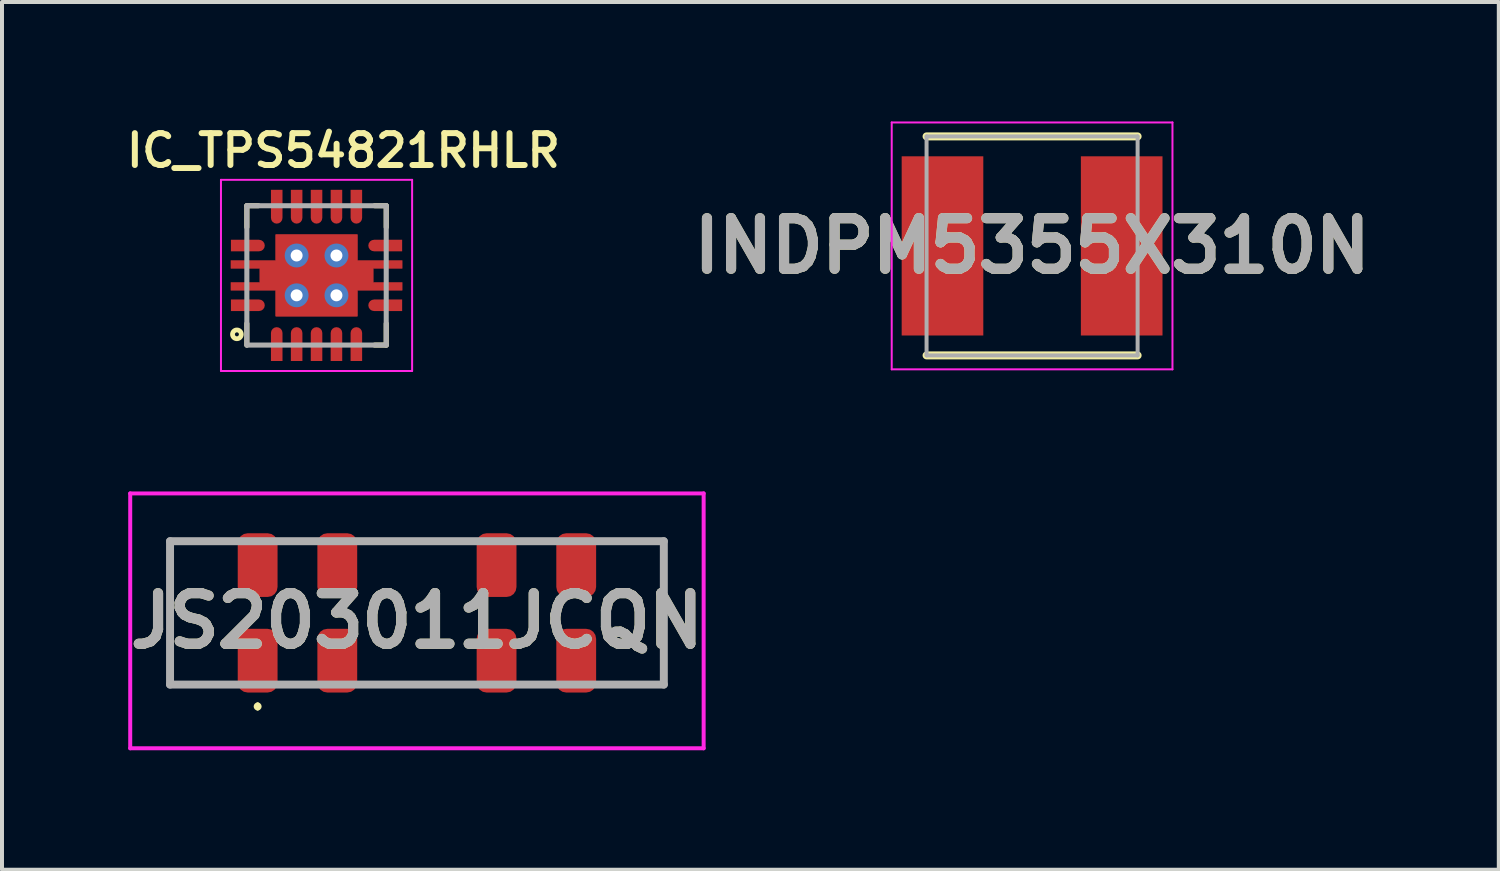
<source format=kicad_pcb>
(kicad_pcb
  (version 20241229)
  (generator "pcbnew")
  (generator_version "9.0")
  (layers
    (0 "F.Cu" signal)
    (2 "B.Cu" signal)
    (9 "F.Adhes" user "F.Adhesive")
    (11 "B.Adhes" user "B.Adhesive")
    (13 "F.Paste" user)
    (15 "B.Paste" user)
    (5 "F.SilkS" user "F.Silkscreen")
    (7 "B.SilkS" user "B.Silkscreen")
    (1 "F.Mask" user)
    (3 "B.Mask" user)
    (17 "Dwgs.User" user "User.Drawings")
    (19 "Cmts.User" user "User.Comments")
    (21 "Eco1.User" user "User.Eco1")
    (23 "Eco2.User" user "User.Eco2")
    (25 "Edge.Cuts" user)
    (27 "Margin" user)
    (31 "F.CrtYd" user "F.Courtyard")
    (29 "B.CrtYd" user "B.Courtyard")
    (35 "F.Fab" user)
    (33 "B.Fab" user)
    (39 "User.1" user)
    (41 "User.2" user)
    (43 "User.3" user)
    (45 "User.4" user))
  (footprint "IC_TPS54821RHLR"
    (layer "F.Cu")
    (at 4.899 3.866)
    (property "Reference" "IC_TPS54821RHLR" (at 0.675 -3.135 180) (layer "F.SilkS") (effects (font (size 0.8 0.8) (thickness 0.15))))
    (attr through_hole)
    (fp_poly (pts (xy -1.025 -1.025) (xy -1.025 -0.375) (xy -2.15 -0.375) (xy -2.15 -0.175) (xy -1.425 -0.175) (xy -1.425 0.175) (xy -2.15 0.175) (xy -2.15 0.375) (xy -1.025 0.375) (xy -1.025 1.025) (xy 1.025 1.025) (xy 1.025 0.375) (xy 2.15 0.375) (xy 2.15 0.175) (xy 1.425 0.175) (xy 1.425 -0.175) (xy 2.15 -0.175) (xy 2.15 -0.375) (xy 1.025 -0.375) (xy 1.025 -1.025)) (stroke (width 0.01) (type solid)) (fill yes) (layer "F.Cu"))
    (fp_poly (pts (xy -1.095 -1.095) (xy -1.095 -0.445) (xy -2.22 -0.445) (xy -2.22 -0.105) (xy -1.5 -0.1) (xy -1.5 0.1) (xy -2.22 0.105) (xy -2.22 0.445) (xy -1.095 0.445) (xy -1.095 1.095) (xy 1.095 1.095) (xy 1.095 0.445) (xy 2.22 0.445) (xy 2.22 0.105) (xy 1.5 0.1) (xy 1.5 -0.1) (xy 2.22 -0.105) (xy 2.22 -0.445) (xy 1.095 -0.445) (xy 1.095 -1.095)) (stroke (width 0.01) (type solid)) (fill yes) (layer "F.Mask"))
    (fp_line (start -1.75 -1.75) (end -1.75 -1.21) (stroke (width 0.127) (type solid)) (layer "F.SilkS"))
    (fp_line (start -1.75 -1.75) (end -1.46 -1.75) (stroke (width 0.127) (type solid)) (layer "F.SilkS"))
    (fp_line (start -1.75 1.75) (end -1.75 1.21) (stroke (width 0.127) (type solid)) (layer "F.SilkS"))
    (fp_line (start 1.75 -1.75) (end 1.46 -1.75) (stroke (width 0.127) (type solid)) (layer "F.SilkS"))
    (fp_line (start 1.75 -1.75) (end 1.75 -1.21) (stroke (width 0.127) (type solid)) (layer "F.SilkS"))
    (fp_line (start 1.75 1.75) (end 1.46 1.75) (stroke (width 0.127) (type solid)) (layer "F.SilkS"))
    (fp_line (start 1.75 1.75) (end 1.75 1.21) (stroke (width 0.127) (type solid)) (layer "F.SilkS"))
    (fp_circle (center -2 1.48) (end -1.95 1.48) (stroke (width 0.12) (type solid)) (fill no) (layer "F.SilkS"))
    (fp_poly (pts (xy -2.125 -0.375) (xy -1.225 -0.375) (xy -1.225 -0.175) (xy -2.125 -0.175)) (stroke (width 0.01) (type solid)) (fill yes) (layer "F.Paste"))
    (fp_poly (pts (xy -2.125 0.175) (xy -1.225 0.175) (xy -1.225 0.375) (xy -2.125 0.375)) (stroke (width 0.01) (type solid)) (fill yes) (layer "F.Paste"))
    (fp_poly (pts (xy -0.97 -0.97) (xy -0.15 -0.97) (xy -0.15 -0.15) (xy -0.97 -0.15)) (stroke (width 0.01) (type solid)) (fill yes) (layer "F.Paste"))
    (fp_poly (pts (xy -0.97 0.15) (xy -0.15 0.15) (xy -0.15 0.97) (xy -0.97 0.97)) (stroke (width 0.01) (type solid)) (fill yes) (layer "F.Paste"))
    (fp_poly (pts (xy 0.15 -0.97) (xy 0.97 -0.97) (xy 0.97 -0.15) (xy 0.15 -0.15)) (stroke (width 0.01) (type solid)) (fill yes) (layer "F.Paste"))
    (fp_poly (pts (xy 0.15 0.15) (xy 0.97 0.15) (xy 0.97 0.97) (xy 0.15 0.97)) (stroke (width 0.01) (type solid)) (fill yes) (layer "F.Paste"))
    (fp_poly (pts (xy 1.225 -0.375) (xy 2.125 -0.375) (xy 2.125 -0.175) (xy 1.225 -0.175)) (stroke (width 0.01) (type solid)) (fill yes) (layer "F.Paste"))
    (fp_poly (pts (xy 1.225 0.175) (xy 2.125 0.175) (xy 2.125 0.375) (xy 1.225 0.375)) (stroke (width 0.01) (type solid)) (fill yes) (layer "F.Paste"))
    (fp_line (start -2.4 -2.4) (end 2.4 -2.4) (stroke (width 0.05) (type solid)) (layer "F.CrtYd"))
    (fp_line (start -2.4 2.4) (end -2.4 -2.4) (stroke (width 0.05) (type solid)) (layer "F.CrtYd"))
    (fp_line (start -2.4 2.4) (end 2.4 2.4) (stroke (width 0.05) (type solid)) (layer "F.CrtYd"))
    (fp_line (start 2.4 2.4) (end 2.4 -2.4) (stroke (width 0.05) (type solid)) (layer "F.CrtYd"))
    (fp_line (start -1.75 1.75) (end -1.75 -1.75) (stroke (width 0.127) (type solid)) (layer "F.Fab"))
    (fp_line (start 1.75 -1.75) (end -1.75 -1.75) (stroke (width 0.127) (type solid)) (layer "F.Fab"))
    (fp_line (start 1.75 1.75) (end -1.75 1.75) (stroke (width 0.127) (type solid)) (layer "F.Fab"))
    (fp_line (start 1.75 1.75) (end 1.75 -1.75) (stroke (width 0.127) (type solid)) (layer "F.Fab"))
    (pad "1" smd roundrect (at -1.725 0.75 90) (size 0.29 0.85) (layers "F.Cu" "F.Mask" "F.Paste") (roundrect_rratio 0.5) (chamfer_ratio 0) (chamfer top_left top_right))
    (pad "2" smd roundrect (at -1 1.725 180) (size 0.29 0.85) (layers "F.Cu" "F.Mask" "F.Paste") (roundrect_rratio 0.5) (chamfer_ratio 0) (chamfer top_left top_right))
    (pad "3" smd roundrect (at -0.5 1.725 180) (size 0.29 0.85) (layers "F.Cu" "F.Mask" "F.Paste") (roundrect_rratio 0.5) (chamfer_ratio 0) (chamfer top_left top_right))
    (pad "4" smd roundrect (at 0 1.725 180) (size 0.29 0.85) (layers "F.Cu" "F.Mask" "F.Paste") (roundrect_rratio 0.5) (chamfer_ratio 0) (chamfer top_left top_right))
    (pad "5" smd roundrect (at 0.5 1.725 180) (size 0.29 0.85) (layers "F.Cu" "F.Mask" "F.Paste") (roundrect_rratio 0.5) (chamfer_ratio 0) (chamfer top_left top_right))
    (pad "6" smd roundrect (at 1 1.725 180) (size 0.29 0.85) (layers "F.Cu" "F.Mask" "F.Paste") (roundrect_rratio 0.5) (chamfer_ratio 0) (chamfer top_left top_right))
    (pad "7" smd roundrect (at 1.725 0.75 270) (size 0.29 0.85) (layers "F.Cu" "F.Mask" "F.Paste") (roundrect_rratio 0.5) (chamfer_ratio 0) (chamfer top_left top_right))
    (pad "8" smd roundrect (at 1.725 -0.75 270) (size 0.29 0.85) (layers "F.Cu" "F.Mask" "F.Paste") (roundrect_rratio 0.5) (chamfer_ratio 0) (chamfer top_left top_right))
    (pad "9" smd roundrect (at 1 -1.725) (size 0.29 0.85) (layers "F.Cu" "F.Mask" "F.Paste") (roundrect_rratio 0.5) (chamfer_ratio 0) (chamfer top_left top_right))
    (pad "10" smd roundrect (at 0.5 -1.725) (size 0.29 0.85) (layers "F.Cu" "F.Mask" "F.Paste") (roundrect_rratio 0.5) (chamfer_ratio 0) (chamfer top_left top_right))
    (pad "11" smd roundrect (at 0 -1.725) (size 0.29 0.85) (layers "F.Cu" "F.Mask" "F.Paste") (roundrect_rratio 0.5) (chamfer_ratio 0) (chamfer top_left top_right))
    (pad "12" smd roundrect (at -0.5 -1.725) (size 0.29 0.85) (layers "F.Cu" "F.Mask" "F.Paste") (roundrect_rratio 0.5) (chamfer_ratio 0) (chamfer top_left top_right))
    (pad "13" smd roundrect (at -1 -1.725) (size 0.29 0.85) (layers "F.Cu" "F.Mask" "F.Paste") (roundrect_rratio 0.5) (chamfer_ratio 0) (chamfer top_left top_right))
    (pad "14" smd roundrect (at -1.725 -0.75 90) (size 0.29 0.85) (layers "F.Cu" "F.Mask" "F.Paste") (roundrect_rratio 0.5) (chamfer_ratio 0) (chamfer top_left top_right))
    (pad "15" thru_hole circle (at -0.5 -0.5) (size 0.6 0.6) (drill 0.3) (layers "*.Cu"))
    (pad "15" thru_hole circle (at -0.5 0.5) (size 0.6 0.6) (drill 0.3) (layers "*.Cu"))
    (pad "15" smd rect (at 0 0) (size 2.05 2.05) (layers "F.Cu"))
    (pad "15" thru_hole circle (at 0.5 -0.5 180) (size 0.6 0.6) (drill 0.3) (layers "*.Cu"))
    (pad "15" thru_hole circle (at 0.5 0.5) (size 0.6 0.6) (drill 0.3) (layers "*.Cu")))
  (footprint "JS203011JCQN"
    (layer "F.Cu")
    (at 7.42 12.641)
    (property "Reference" "JS203011JCQN" (at 0 -0.1 0) (layer "F.SilkS") (effects (font (size 1.27 1.27) (thickness 0.254))))
    (attr smd)
    (fp_line (start -6.2 -2.1) (end -6.2 1.5) (stroke (width 0.1) (type solid)) (layer "F.SilkS"))
    (fp_line (start -6.2 1.5) (end -4.9 1.5) (stroke (width 0.1) (type solid)) (layer "F.SilkS"))
    (fp_line (start -4.9 -2.1) (end -6.2 -2.1) (stroke (width 0.1) (type solid)) (layer "F.SilkS"))
    (fp_line (start -4 2) (end -4 2) (stroke (width 0.1) (type solid)) (layer "F.SilkS"))
    (fp_line (start -4 2.1) (end -4 2.1) (stroke (width 0.1) (type solid)) (layer "F.SilkS"))
    (fp_line (start 4.8 -2.1) (end 6.2 -2.1) (stroke (width 0.1) (type solid)) (layer "F.SilkS"))
    (fp_line (start 6.2 -2.1) (end 6.2 1.5) (stroke (width 0.1) (type solid)) (layer "F.SilkS"))
    (fp_line (start 6.2 1.5) (end 4.8 1.5) (stroke (width 0.1) (type solid)) (layer "F.SilkS"))
    (fp_arc (start -4 2) (mid -3.95 2.05) (end -4 2.1) (stroke (width 0.1) (type solid)) (layer "F.SilkS"))
    (fp_arc (start -4 2.1) (mid -4.05 2.05) (end -4 2) (stroke (width 0.1) (type solid)) (layer "F.SilkS"))
    (fp_line (start -7.2 -3.3) (end 7.2 -3.3) (stroke (width 0.1) (type solid)) (layer "F.CrtYd"))
    (fp_line (start -7.2 3.1) (end -7.2 -3.3) (stroke (width 0.1) (type solid)) (layer "F.CrtYd"))
    (fp_line (start 7.2 -3.3) (end 7.2 3.1) (stroke (width 0.1) (type solid)) (layer "F.CrtYd"))
    (fp_line (start 7.2 3.1) (end -7.2 3.1) (stroke (width 0.1) (type solid)) (layer "F.CrtYd"))
    (fp_line (start -6.2 -2.1) (end 6.2 -2.1) (stroke (width 0.2) (type solid)) (layer "F.Fab"))
    (fp_line (start -6.2 1.5) (end -6.2 -2.1) (stroke (width 0.2) (type solid)) (layer "F.Fab"))
    (fp_line (start 6.2 -2.1) (end 6.2 1.5) (stroke (width 0.2) (type solid)) (layer "F.Fab"))
    (fp_line (start 6.2 1.5) (end -6.2 1.5) (stroke (width 0.2) (type solid)) (layer "F.Fab"))
    (fp_text user "${REFERENCE}" (at 0 -0.1 0) (layer "F.Fab") (effects (font (size 1.27 1.27) (thickness 0.254))))
    (pad "1" smd roundrect (at -4 -1.5 90) (size 1.6 1) (layers "F.Cu" "F.Mask" "F.Paste") (roundrect_rratio 0.25))
    (pad "2" smd roundrect (at -4 0.9 90) (size 1.6 1) (layers "F.Cu" "F.Mask" "F.Paste") (roundrect_rratio 0.25))
    (pad "3" smd roundrect (at -2 -1.5 90) (size 1.6 1) (layers "F.Cu" "F.Mask" "F.Paste") (roundrect_rratio 0.25))
    (pad "4" smd roundrect (at -2 0.9 90) (size 1.6 1) (layers "F.Cu" "F.Mask" "F.Paste") (roundrect_rratio 0.25))
    (pad "5" smd roundrect (at 2 -1.5 90) (size 1.6 1) (layers "F.Cu" "F.Mask" "F.Paste") (roundrect_rratio 0.25))
    (pad "6" smd roundrect (at 2 0.9 90) (size 1.6 1) (layers "F.Cu" "F.Mask" "F.Paste") (roundrect_rratio 0.25))
    (pad "7" smd roundrect (at 4 -1.5 90) (size 1.6 1) (layers "F.Cu" "F.Mask" "F.Paste") (roundrect_rratio 0.25))
    (pad "8" smd roundrect (at 4 0.9 90) (size 1.6 1) (layers "F.Cu" "F.Mask" "F.Paste") (roundrect_rratio 0.25)))
  (footprint "INDPM5355X310N"
    (layer "F.Cu")
    (at 22.868 3.125)
    (property "Reference" "INDPM5355X310N" (at 0 0 0) (layer "F.SilkS") (effects (font (size 1.27 1.27) (thickness 0.254))))
    (attr smd)
    (fp_line (start -2.65 2.75) (end 2.65 2.75) (stroke (width 0.2) (type solid)) (layer "F.SilkS"))
    (fp_line (start 2.65 -2.75) (end -2.65 -2.75) (stroke (width 0.2) (type solid)) (layer "F.SilkS"))
    (fp_line (start -3.525 -3.1) (end 3.525 -3.1) (stroke (width 0.05) (type solid)) (layer "F.CrtYd"))
    (fp_line (start -3.525 3.1) (end -3.525 -3.1) (stroke (width 0.05) (type solid)) (layer "F.CrtYd"))
    (fp_line (start 3.525 -3.1) (end 3.525 3.1) (stroke (width 0.05) (type solid)) (layer "F.CrtYd"))
    (fp_line (start 3.525 3.1) (end -3.525 3.1) (stroke (width 0.05) (type solid)) (layer "F.CrtYd"))
    (fp_line (start -2.65 -2.75) (end 2.65 -2.75) (stroke (width 0.1) (type solid)) (layer "F.Fab"))
    (fp_line (start -2.65 2.75) (end -2.65 -2.75) (stroke (width 0.1) (type solid)) (layer "F.Fab"))
    (fp_line (start 2.65 -2.75) (end 2.65 2.75) (stroke (width 0.1) (type solid)) (layer "F.Fab"))
    (fp_line (start 2.65 2.75) (end -2.65 2.75) (stroke (width 0.1) (type solid)) (layer "F.Fab"))
    (fp_text user "${REFERENCE}" (at 0 0 0) (layer "F.Fab") (effects (font (size 1.27 1.27) (thickness 0.254))))
    (pad "1" smd rect (at -2.25 0) (size 2.05 4.5) (layers "F.Cu" "F.Mask" "F.Paste"))
    (pad "2" smd rect (at 2.25 0) (size 2.05 4.5) (layers "F.Cu" "F.Mask" "F.Paste")))
  (gr_rect
    (start -3 -3)
    (end 34.588 18.791)
    (stroke (width 0.1) (type default))
    (fill no)
    (layer "Edge.Cuts")))
</source>
